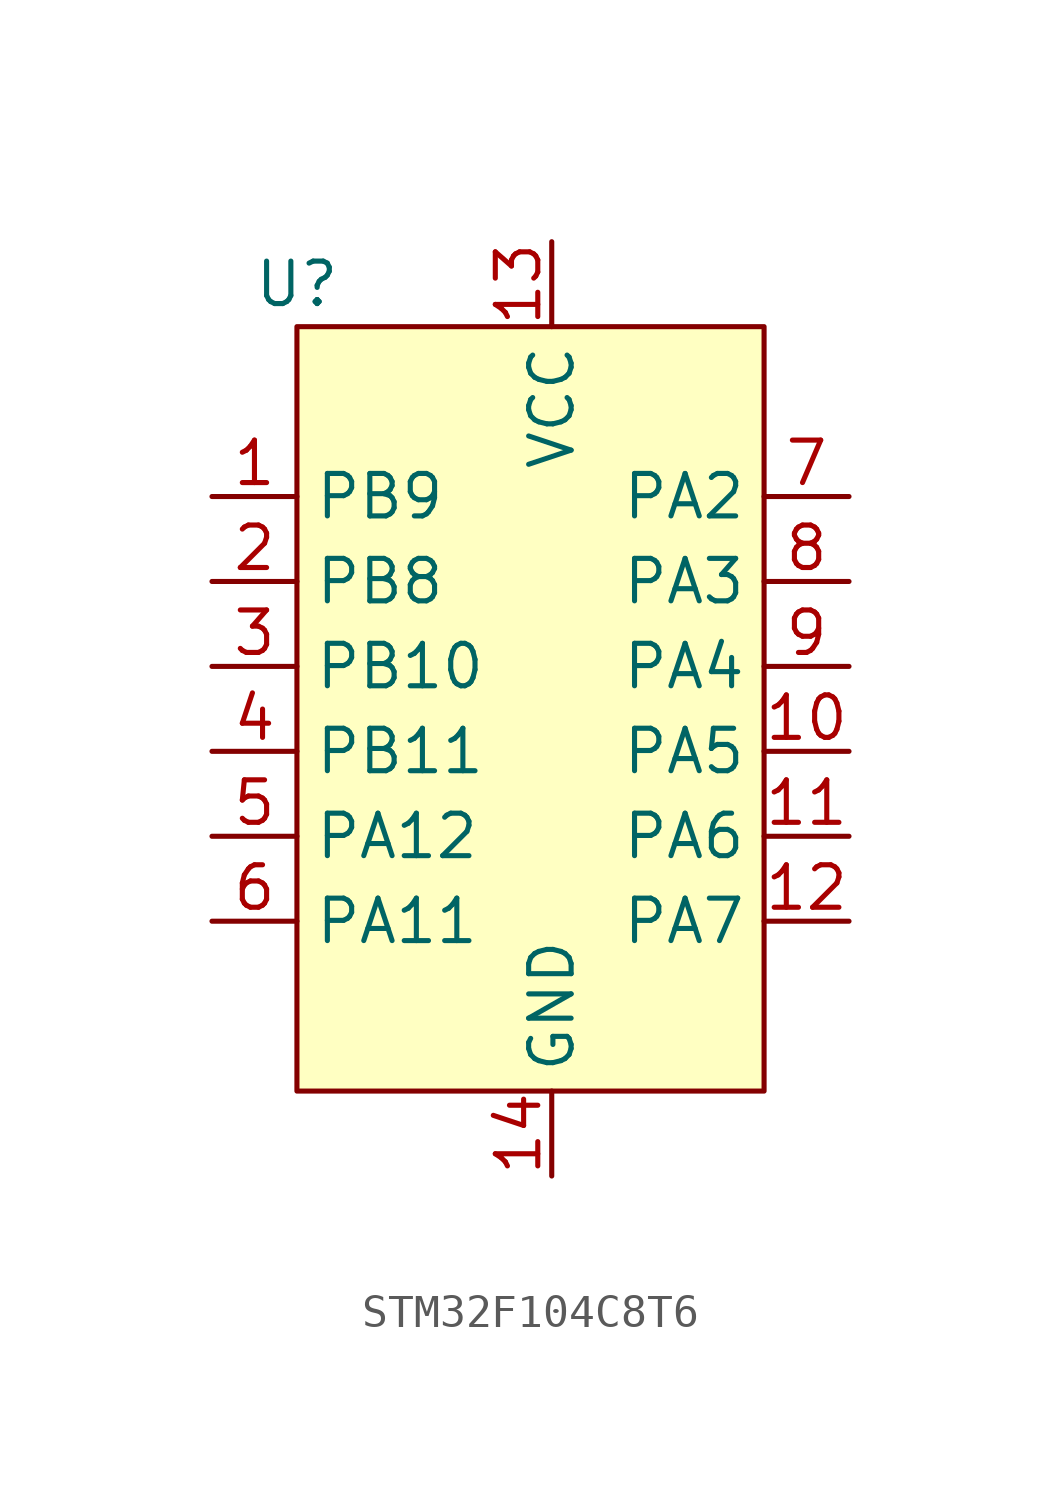
<source format=kicad_sym>
(kicad_symbol_lib
  (version 20231120)
  (generator "kicad_symbol_editor")
  (generator_version "8.0")
  (symbol "STM32F104C8T6"
    (property "Reference" "U"
      (at 0 0 0)
      (effects (font (size 1.27 1.27))))
    (property "Value" ""
      (at 0 0 0)
      (effects (font (size 1.27 1.27))))
    (symbol "STM32F104C8T6_1_1"
      (rectangle (start 0 -1.27) (end 13.97 -24.13) (stroke (width 0) (type default)) (fill (type background)))
      (pin bidirectional line (at -2.54 -6.35 0) (length 2.54) (name "PB9" (effects (font (size 1.27 1.27)))) (number "1" (effects (font (size 1.27 1.27)))))
      (pin bidirectional line (at 16.51 -13.97 180) (length 2.54) (name "PA5" (effects (font (size 1.27 1.27)))) (number "10" (effects (font (size 1.27 1.27)))))
      (pin bidirectional line (at 16.51 -16.51 180) (length 2.54) (name "PA6" (effects (font (size 1.27 1.27)))) (number "11" (effects (font (size 1.27 1.27)))))
      (pin bidirectional line (at 16.51 -19.05 180) (length 2.54) (name "PA7" (effects (font (size 1.27 1.27)))) (number "12" (effects (font (size 1.27 1.27)))))
      (pin power_in line (at 7.62 1.27 270) (length 2.54) (name "VCC" (effects (font (size 1.27 1.27)))) (number "13" (effects (font (size 1.27 1.27)))))
      (pin power_in line (at 7.62 -26.67 90) (length 2.54) (name "GND" (effects (font (size 1.27 1.27)))) (number "14" (effects (font (size 1.27 1.27)))))
      (pin bidirectional line (at -2.54 -8.89 0) (length 2.54) (name "PB8" (effects (font (size 1.27 1.27)))) (number "2" (effects (font (size 1.27 1.27)))))
      (pin bidirectional line (at -2.54 -11.43 0) (length 2.54) (name "PB10" (effects (font (size 1.27 1.27)))) (number "3" (effects (font (size 1.27 1.27)))))
      (pin bidirectional line (at -2.54 -13.97 0) (length 2.54) (name "PB11" (effects (font (size 1.27 1.27)))) (number "4" (effects (font (size 1.27 1.27)))))
      (pin bidirectional line (at -2.54 -16.51 0) (length 2.54) (name "PA12" (effects (font (size 1.27 1.27)))) (number "5" (effects (font (size 1.27 1.27)))))
      (pin bidirectional line (at -2.54 -19.05 0) (length 2.54) (name "PA11" (effects (font (size 1.27 1.27)))) (number "6" (effects (font (size 1.27 1.27)))))
      (pin bidirectional line (at 16.51 -6.35 180) (length 2.54) (name "PA2" (effects (font (size 1.27 1.27)))) (number "7" (effects (font (size 1.27 1.27)))))
      (pin bidirectional line (at 16.51 -8.89 180) (length 2.54) (name "PA3" (effects (font (size 1.27 1.27)))) (number "8" (effects (font (size 1.27 1.27)))))
      (pin bidirectional line (at 16.51 -11.43 180) (length 2.54) (name "PA4" (effects (font (size 1.27 1.27)))) (number "9" (effects (font (size 1.27 1.27))))))))
</source>
